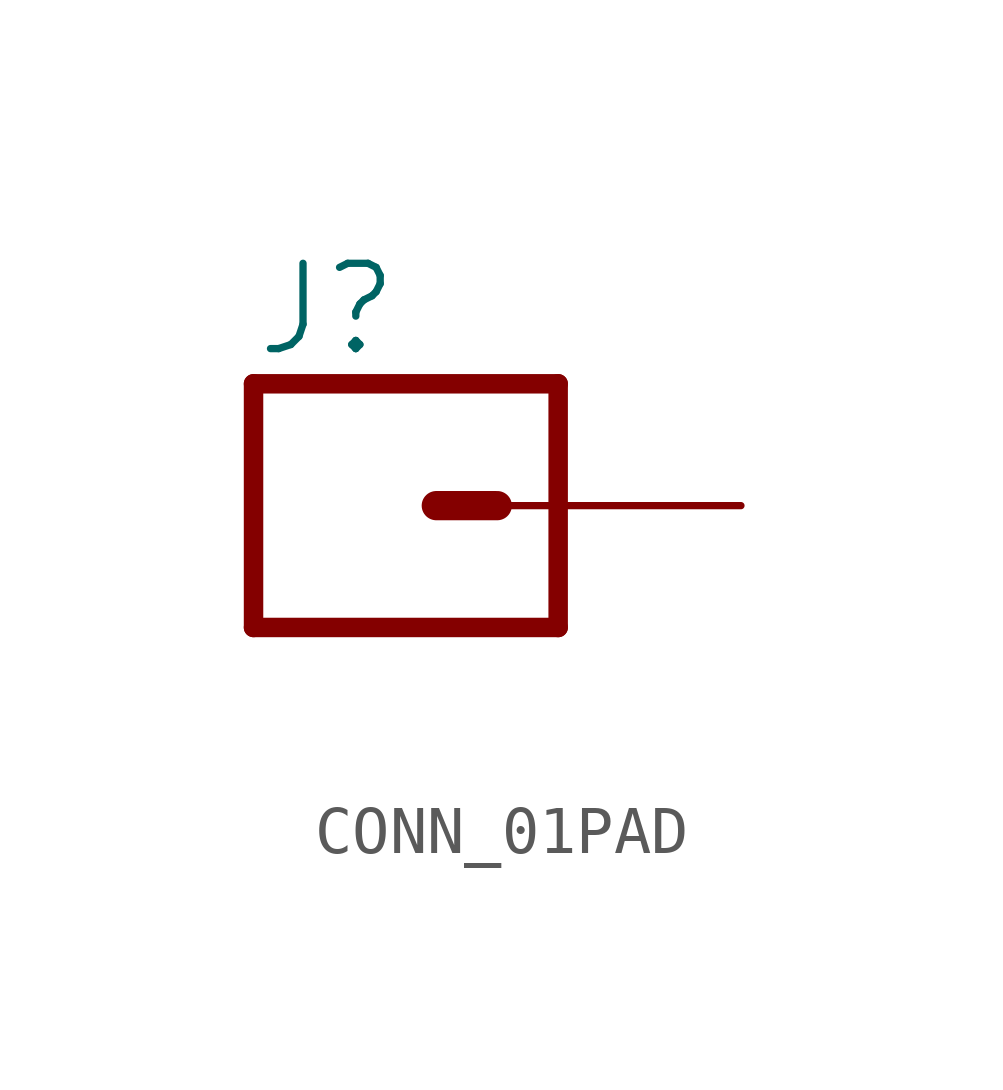
<source format=kicad_sym>
(kicad_symbol_lib
  (version 20220914)
  (generator kicad_symbol_editor)
  (symbol "CONN_01PAD"
    (property "Reference" "J"
      (at -2.54 3.048 0)
      (effects (font (size 1.778 1.778)) (justify left bottom)))
    (property "Value" ""
      (at -2.54 -4.826 0)
      (effects (font (size 1.778 1.778)) (justify left bottom)))
    (property "ki_locked" ""
      (at 0 0 0)
      (effects (font (size 1.27 1.27))))
    (symbol "CONN_01PAD_1_0"
      (polyline (pts (xy -2.54 2.54) (xy -2.54 -2.54)) (stroke (width 0.406) (type solid)) (fill (type none)))
      (polyline (pts (xy -2.54 2.54) (xy 3.81 2.54)) (stroke (width 0.406) (type solid)) (fill (type none)))
      (polyline (pts (xy 1.27 0) (xy 2.54 0)) (stroke (width 0.61) (type solid)) (fill (type none)))
      (polyline (pts (xy 3.81 -2.54) (xy -2.54 -2.54)) (stroke (width 0.406) (type solid)) (fill (type none)))
      (polyline (pts (xy 3.81 -2.54) (xy 3.81 2.54)) (stroke (width 0.406) (type solid)) (fill (type none)))
      (pin passive line (at 7.62 0 180) (length 5.08) (name "1" (effects (font (size 0 0)))) (number "1" (effects (font (size 0 0))))))))
</source>
